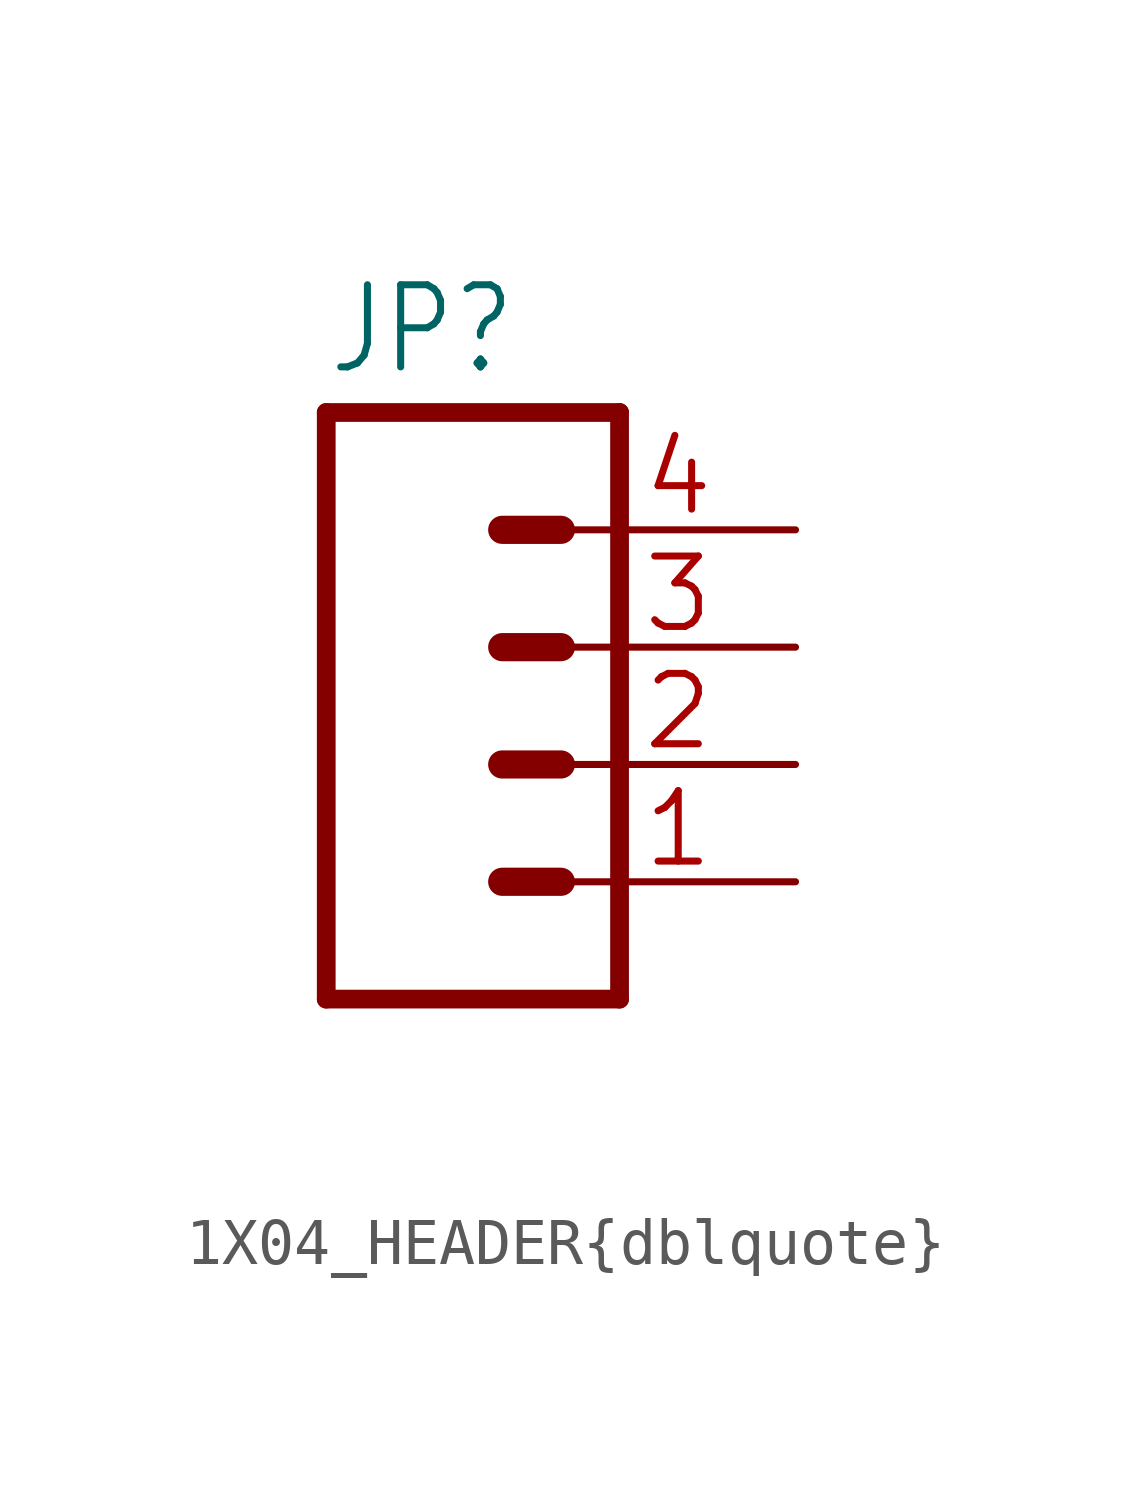
<source format=kicad_sym>
(kicad_symbol_lib
  (version 20241209)
  (generator "kicad_symbol_editor")
  (generator_version "9.0")
  (symbol "1X04_HEADER{dblquote}"
    (property "Reference" "JP"
      (at -5.08 8.382 0)
      (effects (font (size 1.778 1.511)) (justify left bottom)))
    (property "Value" ""
      (at -5.08 -7.62 0)
      (effects (font (size 1.778 1.511)) (justify left bottom)))
    (property "ki_locked" ""
      (at 0 0 0)
      (effects (font (size 1.27 1.27))))
    (symbol "1X04_HEADER{dblquote}_1_0"
      (polyline (pts (xy -5.08 7.62) (xy -5.08 -5.08)) (stroke (width 0.406) (type solid)) (fill (type none)))
      (polyline (pts (xy -5.08 7.62) (xy 1.27 7.62)) (stroke (width 0.406) (type solid)) (fill (type none)))
      (polyline (pts (xy -1.27 5.08) (xy 0 5.08)) (stroke (width 0.61) (type solid)) (fill (type none)))
      (polyline (pts (xy -1.27 2.54) (xy 0 2.54)) (stroke (width 0.61) (type solid)) (fill (type none)))
      (polyline (pts (xy -1.27 0) (xy 0 0)) (stroke (width 0.61) (type solid)) (fill (type none)))
      (polyline (pts (xy -1.27 -2.54) (xy 0 -2.54)) (stroke (width 0.61) (type solid)) (fill (type none)))
      (polyline (pts (xy 1.27 -5.08) (xy -5.08 -5.08)) (stroke (width 0.406) (type solid)) (fill (type none)))
      (polyline (pts (xy 1.27 -5.08) (xy 1.27 7.62)) (stroke (width 0.406) (type solid)) (fill (type none)))
      (pin passive line (at 5.08 5.08 180) (length 5.08) (name "4" (effects (font (size 0 0)))) (number "4" (effects (font (size 1.524 1.524)))))
      (pin passive line (at 5.08 2.54 180) (length 5.08) (name "3" (effects (font (size 0 0)))) (number "3" (effects (font (size 1.524 1.524)))))
      (pin passive line (at 5.08 0 180) (length 5.08) (name "2" (effects (font (size 0 0)))) (number "2" (effects (font (size 1.524 1.524)))))
      (pin passive line (at 5.08 -2.54 180) (length 5.08) (name "1" (effects (font (size 0 0)))) (number "1" (effects (font (size 1.524 1.524))))))))
</source>
